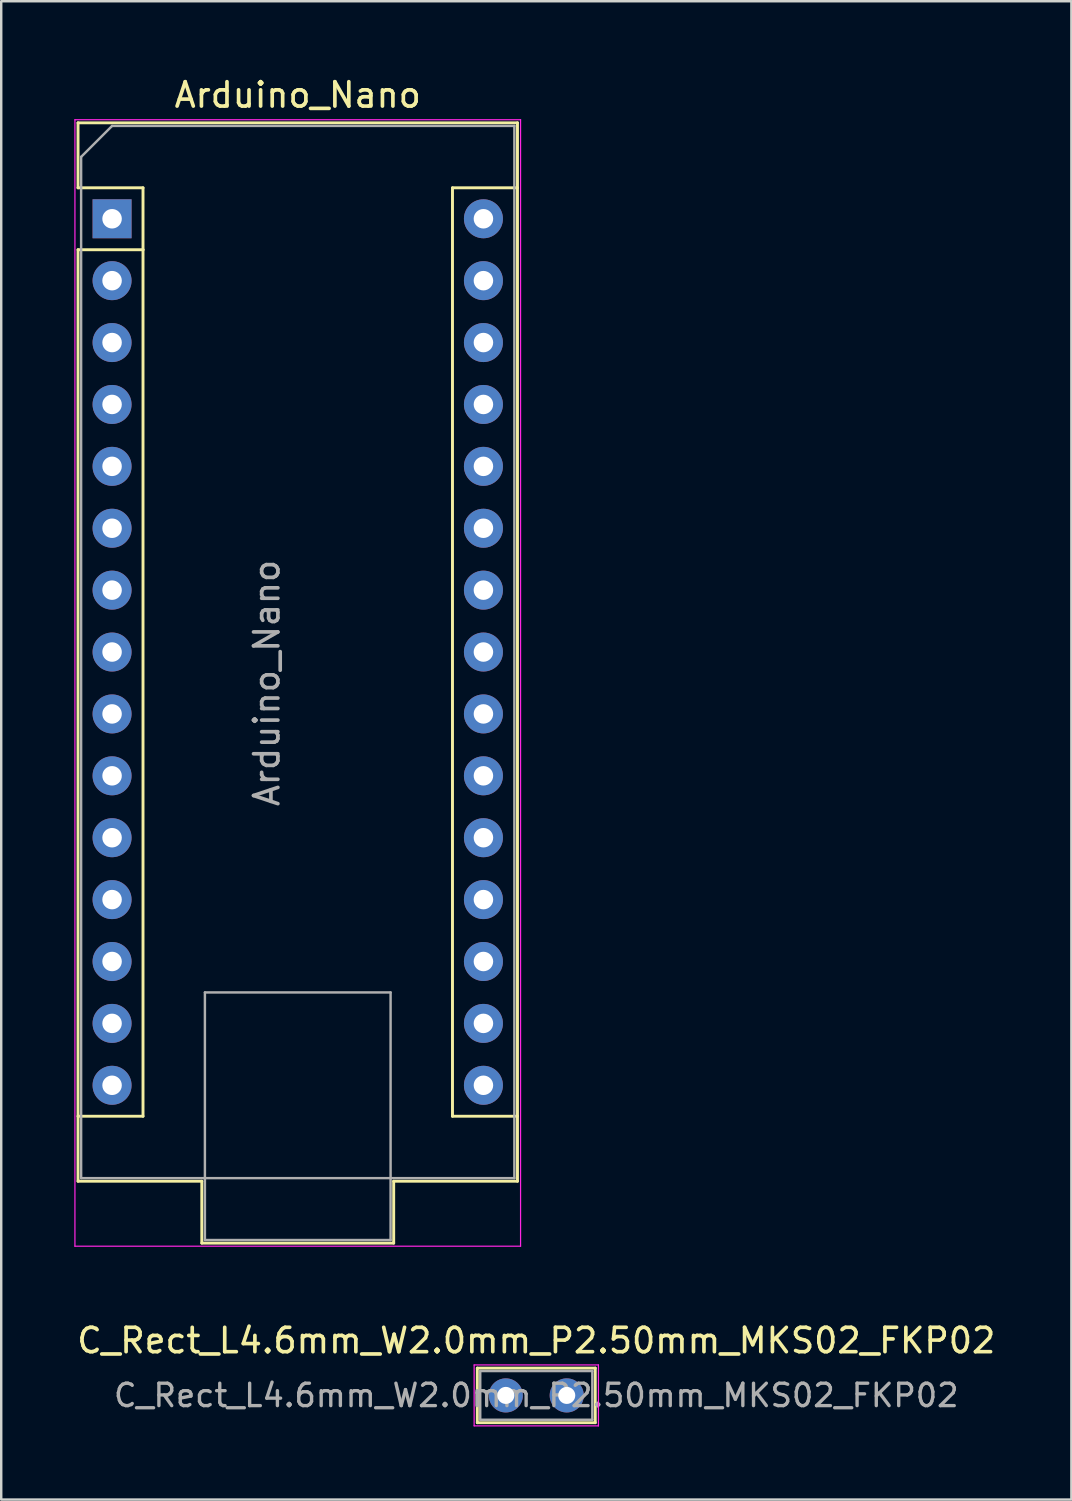
<source format=kicad_pcb>
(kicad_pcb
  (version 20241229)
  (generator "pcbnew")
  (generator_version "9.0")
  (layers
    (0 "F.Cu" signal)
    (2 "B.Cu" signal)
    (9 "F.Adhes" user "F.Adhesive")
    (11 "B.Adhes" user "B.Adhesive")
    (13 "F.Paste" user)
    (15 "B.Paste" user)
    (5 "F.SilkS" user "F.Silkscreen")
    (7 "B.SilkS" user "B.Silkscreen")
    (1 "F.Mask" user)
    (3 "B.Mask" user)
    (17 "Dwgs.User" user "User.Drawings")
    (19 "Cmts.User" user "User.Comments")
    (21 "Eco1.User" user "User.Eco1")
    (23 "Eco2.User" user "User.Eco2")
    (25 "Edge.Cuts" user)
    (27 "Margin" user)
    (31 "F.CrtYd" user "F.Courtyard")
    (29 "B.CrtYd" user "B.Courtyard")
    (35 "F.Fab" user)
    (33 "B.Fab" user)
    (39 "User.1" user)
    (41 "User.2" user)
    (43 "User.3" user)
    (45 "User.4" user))
  (footprint "C_Rect_L4.6mm_W2.0mm_P2.50mm_MKS02_FKP02"
    (layer "F.Cu")
    (at 17.708 54.215)
    (property "Reference" "C_Rect_L4.6mm_W2.0mm_P2.50mm_MKS02_FKP02" (at 1.25 -2.25 0) (layer "F.SilkS") (effects (font (size 1 1) (thickness 0.15))))
    (attr through_hole)
    (fp_line (start -1.17 -1.12) (end -1.17 1.12) (stroke (width 0.12) (type solid)) (layer "F.SilkS"))
    (fp_line (start -1.17 -1.12) (end 3.67 -1.12) (stroke (width 0.12) (type solid)) (layer "F.SilkS"))
    (fp_line (start -1.17 1.12) (end 3.67 1.12) (stroke (width 0.12) (type solid)) (layer "F.SilkS"))
    (fp_line (start 3.67 -1.12) (end 3.67 1.12) (stroke (width 0.12) (type solid)) (layer "F.SilkS"))
    (fp_line (start -1.3 -1.25) (end -1.3 1.25) (stroke (width 0.05) (type solid)) (layer "F.CrtYd"))
    (fp_line (start -1.3 1.25) (end 3.8 1.25) (stroke (width 0.05) (type solid)) (layer "F.CrtYd"))
    (fp_line (start 3.8 -1.25) (end -1.3 -1.25) (stroke (width 0.05) (type solid)) (layer "F.CrtYd"))
    (fp_line (start 3.8 1.25) (end 3.8 -1.25) (stroke (width 0.05) (type solid)) (layer "F.CrtYd"))
    (fp_line (start -1.05 -1) (end -1.05 1) (stroke (width 0.1) (type solid)) (layer "F.Fab"))
    (fp_line (start -1.05 1) (end 3.55 1) (stroke (width 0.1) (type solid)) (layer "F.Fab"))
    (fp_line (start 3.55 -1) (end -1.05 -1) (stroke (width 0.1) (type solid)) (layer "F.Fab"))
    (fp_line (start 3.55 1) (end 3.55 -1) (stroke (width 0.1) (type solid)) (layer "F.Fab"))
    (fp_text user "${REFERENCE}" (at 1.25 0 0) (layer "F.Fab") (effects (font (size 0.92 0.92) (thickness 0.138))))
    (pad "1" thru_hole circle (at 0 0) (size 1.4 1.4) (drill 0.7) (layers "*.Cu" "*.Mask"))
    (pad "2" thru_hole circle (at 2.5 0) (size 1.4 1.4) (drill 0.7) (layers "*.Cu" "*.Mask")))
  (footprint "Arduino_Nano"
    (layer "F.Cu")
    (at 1.549 5.928)
    (property "Reference" "Arduino_Nano" (at 7.62 -5.08 0) (layer "F.SilkS") (effects (font (size 1 1) (thickness 0.15))))
    (attr through_hole)
    (fp_line (start -1.397 -3.937) (end -1.397 -1.27) (stroke (width 0.12) (type solid)) (layer "F.SilkS"))
    (fp_line (start -1.397 1.27) (end -1.397 39.497) (stroke (width 0.12) (type solid)) (layer "F.SilkS"))
    (fp_line (start -1.397 39.497) (end 3.683 39.497) (stroke (width 0.12) (type solid)) (layer "F.SilkS"))
    (fp_line (start 1.27 -1.27) (end -1.397 -1.27) (stroke (width 0.12) (type solid)) (layer "F.SilkS"))
    (fp_line (start 1.27 1.27) (end -1.397 1.27) (stroke (width 0.12) (type solid)) (layer "F.SilkS"))
    (fp_line (start 1.27 1.27) (end 1.27 -1.27) (stroke (width 0.12) (type solid)) (layer "F.SilkS"))
    (fp_line (start 1.27 1.27) (end 1.27 36.83) (stroke (width 0.12) (type solid)) (layer "F.SilkS"))
    (fp_line (start 1.27 36.83) (end -1.4 36.83) (stroke (width 0.12) (type solid)) (layer "F.SilkS"))
    (fp_line (start 3.683 42.037) (end 3.683 39.497) (stroke (width 0.12) (type solid)) (layer "F.SilkS"))
    (fp_line (start 3.683 42.037) (end 11.557 42.037) (stroke (width 0.12) (type solid)) (layer "F.SilkS"))
    (fp_line (start 11.557 39.497) (end 16.637 39.497) (stroke (width 0.12) (type solid)) (layer "F.SilkS"))
    (fp_line (start 11.557 42.037) (end 11.557 39.497) (stroke (width 0.12) (type solid)) (layer "F.SilkS"))
    (fp_line (start 13.97 -1.27) (end 13.97 36.83) (stroke (width 0.12) (type solid)) (layer "F.SilkS"))
    (fp_line (start 13.97 -1.27) (end 16.64 -1.27) (stroke (width 0.12) (type solid)) (layer "F.SilkS"))
    (fp_line (start 13.97 36.83) (end 16.64 36.83) (stroke (width 0.12) (type solid)) (layer "F.SilkS"))
    (fp_line (start 16.637 -3.937) (end -1.397 -3.937) (stroke (width 0.12) (type solid)) (layer "F.SilkS"))
    (fp_line (start 16.637 39.497) (end 16.637 -3.937) (stroke (width 0.12) (type solid)) (layer "F.SilkS"))
    (fp_line (start -1.524 -4.064) (end -1.524 42.164) (stroke (width 0.05) (type solid)) (layer "F.CrtYd"))
    (fp_line (start -1.524 -4.064) (end 16.764 -4.064) (stroke (width 0.05) (type solid)) (layer "F.CrtYd"))
    (fp_line (start 16.764 42.164) (end -1.524 42.164) (stroke (width 0.05) (type solid)) (layer "F.CrtYd"))
    (fp_line (start 16.764 42.164) (end 16.764 -4.064) (stroke (width 0.05) (type solid)) (layer "F.CrtYd"))
    (fp_line (start -1.27 -2.54) (end 0 -3.81) (stroke (width 0.1) (type solid)) (layer "F.Fab"))
    (fp_line (start -1.27 39.37) (end -1.27 -2.54) (stroke (width 0.1) (type solid)) (layer "F.Fab"))
    (fp_line (start 0 -3.81) (end 16.51 -3.81) (stroke (width 0.1) (type solid)) (layer "F.Fab"))
    (fp_line (start 3.81 31.75) (end 11.43 31.75) (stroke (width 0.1) (type solid)) (layer "F.Fab"))
    (fp_line (start 3.81 41.91) (end 3.81 31.75) (stroke (width 0.1) (type solid)) (layer "F.Fab"))
    (fp_line (start 11.43 31.75) (end 11.43 41.91) (stroke (width 0.1) (type solid)) (layer "F.Fab"))
    (fp_line (start 11.43 41.91) (end 3.81 41.91) (stroke (width 0.1) (type solid)) (layer "F.Fab"))
    (fp_line (start 16.51 -3.81) (end 16.51 39.37) (stroke (width 0.1) (type solid)) (layer "F.Fab"))
    (fp_line (start 16.51 39.37) (end -1.27 39.37) (stroke (width 0.1) (type solid)) (layer "F.Fab"))
    (fp_text user "${REFERENCE}" (at 6.35 19.05 90) (layer "F.Fab") (effects (font (size 1 1) (thickness 0.15))))
    (pad "1" thru_hole rect (at 0 0) (size 1.6 1.6) (drill 0.8) (layers "*.Cu" "*.Mask"))
    (pad "2" thru_hole oval (at 0 2.54) (size 1.6 1.6) (drill 0.8) (layers "*.Cu" "*.Mask"))
    (pad "3" thru_hole oval (at 0 5.08) (size 1.6 1.6) (drill 0.8) (layers "*.Cu" "*.Mask"))
    (pad "4" thru_hole oval (at 0 7.62) (size 1.6 1.6) (drill 0.8) (layers "*.Cu" "*.Mask"))
    (pad "5" thru_hole oval (at 0 10.16) (size 1.6 1.6) (drill 0.8) (layers "*.Cu" "*.Mask"))
    (pad "6" thru_hole oval (at 0 12.7) (size 1.6 1.6) (drill 0.8) (layers "*.Cu" "*.Mask"))
    (pad "7" thru_hole oval (at 0 15.24) (size 1.6 1.6) (drill 0.8) (layers "*.Cu" "*.Mask"))
    (pad "8" thru_hole oval (at 0 17.78) (size 1.6 1.6) (drill 0.8) (layers "*.Cu" "*.Mask"))
    (pad "9" thru_hole oval (at 0 20.32) (size 1.6 1.6) (drill 0.8) (layers "*.Cu" "*.Mask"))
    (pad "10" thru_hole oval (at 0 22.86) (size 1.6 1.6) (drill 0.8) (layers "*.Cu" "*.Mask"))
    (pad "11" thru_hole oval (at 0 25.4) (size 1.6 1.6) (drill 0.8) (layers "*.Cu" "*.Mask"))
    (pad "12" thru_hole oval (at 0 27.94) (size 1.6 1.6) (drill 0.8) (layers "*.Cu" "*.Mask"))
    (pad "13" thru_hole oval (at 0 30.48) (size 1.6 1.6) (drill 0.8) (layers "*.Cu" "*.Mask"))
    (pad "14" thru_hole oval (at 0 33.02) (size 1.6 1.6) (drill 0.8) (layers "*.Cu" "*.Mask"))
    (pad "15" thru_hole oval (at 0 35.56) (size 1.6 1.6) (drill 0.8) (layers "*.Cu" "*.Mask"))
    (pad "16" thru_hole oval (at 15.24 35.56) (size 1.6 1.6) (drill 0.8) (layers "*.Cu" "*.Mask"))
    (pad "17" thru_hole oval (at 15.24 33.02) (size 1.6 1.6) (drill 0.8) (layers "*.Cu" "*.Mask"))
    (pad "18" thru_hole oval (at 15.24 30.48) (size 1.6 1.6) (drill 0.8) (layers "*.Cu" "*.Mask"))
    (pad "19" thru_hole oval (at 15.24 27.94) (size 1.6 1.6) (drill 0.8) (layers "*.Cu" "*.Mask"))
    (pad "20" thru_hole oval (at 15.24 25.4) (size 1.6 1.6) (drill 0.8) (layers "*.Cu" "*.Mask"))
    (pad "21" thru_hole oval (at 15.24 22.86) (size 1.6 1.6) (drill 0.8) (layers "*.Cu" "*.Mask"))
    (pad "22" thru_hole oval (at 15.24 20.32) (size 1.6 1.6) (drill 0.8) (layers "*.Cu" "*.Mask"))
    (pad "23" thru_hole oval (at 15.24 17.78) (size 1.6 1.6) (drill 0.8) (layers "*.Cu" "*.Mask"))
    (pad "24" thru_hole oval (at 15.24 15.24) (size 1.6 1.6) (drill 0.8) (layers "*.Cu" "*.Mask"))
    (pad "25" thru_hole oval (at 15.24 12.7) (size 1.6 1.6) (drill 0.8) (layers "*.Cu" "*.Mask"))
    (pad "26" thru_hole oval (at 15.24 10.16) (size 1.6 1.6) (drill 0.8) (layers "*.Cu" "*.Mask"))
    (pad "27" thru_hole oval (at 15.24 7.62) (size 1.6 1.6) (drill 0.8) (layers "*.Cu" "*.Mask"))
    (pad "28" thru_hole oval (at 15.24 5.08) (size 1.6 1.6) (drill 0.8) (layers "*.Cu" "*.Mask"))
    (pad "29" thru_hole oval (at 15.24 2.54) (size 1.6 1.6) (drill 0.8) (layers "*.Cu" "*.Mask"))
    (pad "30" thru_hole oval (at 15.24 0) (size 1.6 1.6) (drill 0.8) (layers "*.Cu" "*.Mask")))
  (gr_rect
    (start -3 -3)
    (end 40.917 58.49)
    (stroke (width 0.1) (type default))
    (fill no)
    (layer "Edge.Cuts")))
</source>
